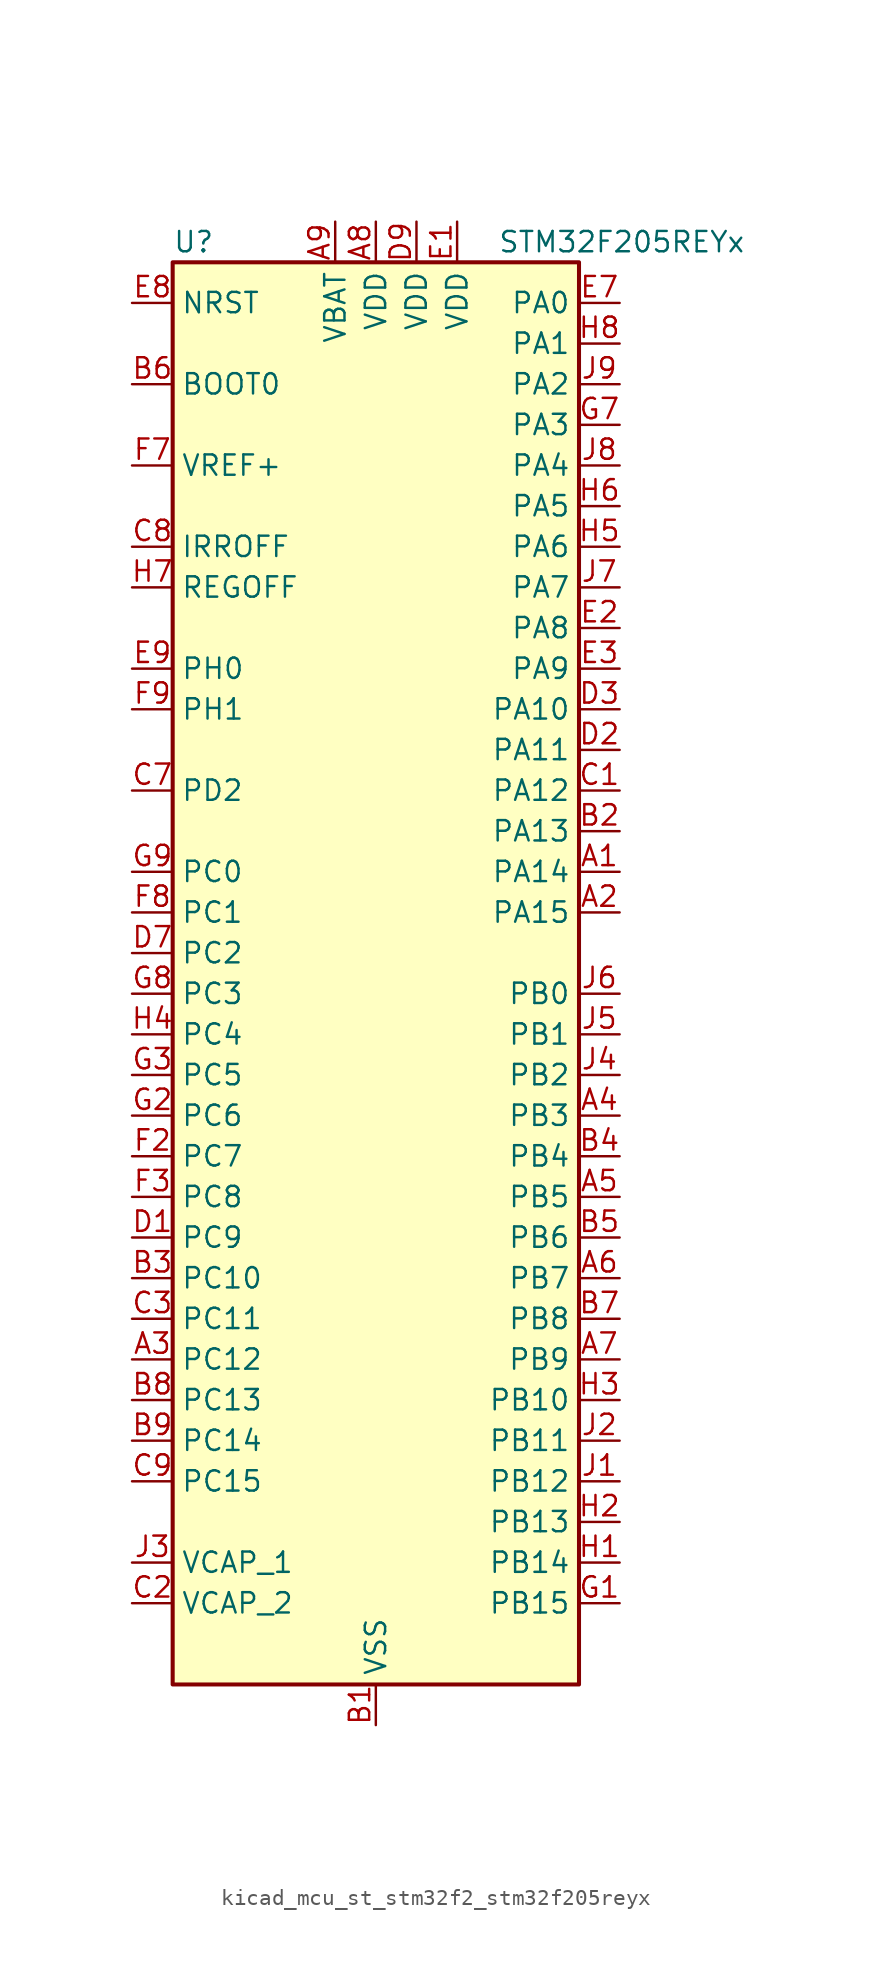
<source format=kicad_sym>
(kicad_symbol_lib
  (version 20220914)
  (generator kicad_symbol_editor)
  (symbol "kicad_mcu_st_stm32f2_stm32f205reyx"
    (property "Reference" "U"
      (at -12.7 46.99 0)
      (effects (font (size 1.27 1.27)) (justify left)))
    (property "Value" "STM32F205REYx"
      (at 7.62 46.99 0)
      (effects (font (size 1.27 1.27)) (justify left)))
    (property "ki_locked" ""
      (at 0 0 0)
      (effects (font (size 1.27 1.27))))
    (symbol "kicad_mcu_st_stm32f2_stm32f205reyx_0_1"
      (rectangle (start -12.7 -43.18) (end 12.7 45.72) (stroke (width 0.254) (type default)) (fill (type background))))
    (symbol "kicad_mcu_st_stm32f2_stm32f205reyx_1_1"
      (pin bidirectional line (at 15.24 7.62 180) (length 2.54) (name "PA14" (effects (font (size 1.27 1.27)))) (number "A1" (effects (font (size 1.27 1.27)))) (alternate "SYS_JTCK-SWCLK" bidirectional line))
      (pin bidirectional line (at 15.24 5.08 180) (length 2.54) (name "PA15" (effects (font (size 1.27 1.27)))) (number "A2" (effects (font (size 1.27 1.27)))) (alternate "ADC1_EXTI15" bidirectional line) (alternate "ADC2_EXTI15" bidirectional line) (alternate "ADC3_EXTI15" bidirectional line) (alternate "I2S3_WS" bidirectional line) (alternate "SPI1_NSS" bidirectional line) (alternate "SPI3_NSS" bidirectional line) (alternate "SYS_JTDI" bidirectional line) (alternate "TIM2_CH1" bidirectional line) (alternate "TIM2_ETR" bidirectional line))
      (pin bidirectional line (at -15.24 -22.86 0) (length 2.54) (name "PC12" (effects (font (size 1.27 1.27)))) (number "A3" (effects (font (size 1.27 1.27)))) (alternate "I2S3_SD" bidirectional line) (alternate "SDIO_CK" bidirectional line) (alternate "SPI3_MOSI" bidirectional line) (alternate "UART5_TX" bidirectional line) (alternate "USART3_CK" bidirectional line))
      (pin bidirectional line (at 15.24 -7.62 180) (length 2.54) (name "PB3" (effects (font (size 1.27 1.27)))) (number "A4" (effects (font (size 1.27 1.27)))) (alternate "I2S3_SCK" bidirectional line) (alternate "SPI1_SCK" bidirectional line) (alternate "SPI3_SCK" bidirectional line) (alternate "SYS_JTDO-SWO" bidirectional line) (alternate "TIM2_CH2" bidirectional line))
      (pin bidirectional line (at 15.24 -12.7 180) (length 2.54) (name "PB5" (effects (font (size 1.27 1.27)))) (number "A5" (effects (font (size 1.27 1.27)))) (alternate "CAN2_RX" bidirectional line) (alternate "I2C1_SMBA" bidirectional line) (alternate "I2S3_SD" bidirectional line) (alternate "SPI1_MOSI" bidirectional line) (alternate "SPI3_MOSI" bidirectional line) (alternate "TIM3_CH2" bidirectional line) (alternate "USB_OTG_HS_ULPI_D7" bidirectional line))
      (pin bidirectional line (at 15.24 -17.78 180) (length 2.54) (name "PB7" (effects (font (size 1.27 1.27)))) (number "A6" (effects (font (size 1.27 1.27)))) (alternate "I2C1_SDA" bidirectional line) (alternate "TIM4_CH2" bidirectional line) (alternate "USART1_RX" bidirectional line))
      (pin bidirectional line (at 15.24 -22.86 180) (length 2.54) (name "PB9" (effects (font (size 1.27 1.27)))) (number "A7" (effects (font (size 1.27 1.27)))) (alternate "CAN1_TX" bidirectional line) (alternate "DAC_EXTI9" bidirectional line) (alternate "I2C1_SDA" bidirectional line) (alternate "I2S2_WS" bidirectional line) (alternate "SDIO_D5" bidirectional line) (alternate "SPI2_NSS" bidirectional line) (alternate "TIM11_CH1" bidirectional line) (alternate "TIM4_CH4" bidirectional line))
      (pin power_in line (at 0 48.26 270) (length 2.54) (name "VDD" (effects (font (size 1.27 1.27)))) (number "A8" (effects (font (size 1.27 1.27)))))
      (pin power_in line (at -2.54 48.26 270) (length 2.54) (name "VBAT" (effects (font (size 1.27 1.27)))) (number "A9" (effects (font (size 1.27 1.27)))))
      (pin power_in line (at 0 -45.72 90) (length 2.54) (name "VSS" (effects (font (size 1.27 1.27)))) (number "B1" (effects (font (size 1.27 1.27)))))
      (pin bidirectional line (at 15.24 10.16 180) (length 2.54) (name "PA13" (effects (font (size 1.27 1.27)))) (number "B2" (effects (font (size 1.27 1.27)))) (alternate "SYS_JTMS-SWDIO" bidirectional line))
      (pin bidirectional line (at -15.24 -17.78 0) (length 2.54) (name "PC10" (effects (font (size 1.27 1.27)))) (number "B3" (effects (font (size 1.27 1.27)))) (alternate "I2S3_SCK" bidirectional line) (alternate "SDIO_D2" bidirectional line) (alternate "SPI3_SCK" bidirectional line) (alternate "UART4_TX" bidirectional line) (alternate "USART3_TX" bidirectional line))
      (pin bidirectional line (at 15.24 -10.16 180) (length 2.54) (name "PB4" (effects (font (size 1.27 1.27)))) (number "B4" (effects (font (size 1.27 1.27)))) (alternate "SPI1_MISO" bidirectional line) (alternate "SPI3_MISO" bidirectional line) (alternate "SYS_JTRST" bidirectional line) (alternate "TIM3_CH1" bidirectional line))
      (pin bidirectional line (at 15.24 -15.24 180) (length 2.54) (name "PB6" (effects (font (size 1.27 1.27)))) (number "B5" (effects (font (size 1.27 1.27)))) (alternate "CAN2_TX" bidirectional line) (alternate "I2C1_SCL" bidirectional line) (alternate "TIM4_CH1" bidirectional line) (alternate "USART1_TX" bidirectional line))
      (pin input line (at -15.24 38.1 0) (length 2.54) (name "BOOT0" (effects (font (size 1.27 1.27)))) (number "B6" (effects (font (size 1.27 1.27)))))
      (pin bidirectional line (at 15.24 -20.32 180) (length 2.54) (name "PB8" (effects (font (size 1.27 1.27)))) (number "B7" (effects (font (size 1.27 1.27)))) (alternate "CAN1_RX" bidirectional line) (alternate "I2C1_SCL" bidirectional line) (alternate "SDIO_D4" bidirectional line) (alternate "TIM10_CH1" bidirectional line) (alternate "TIM4_CH3" bidirectional line))
      (pin bidirectional line (at -15.24 -25.4 0) (length 2.54) (name "PC13" (effects (font (size 1.27 1.27)))) (number "B8" (effects (font (size 1.27 1.27)))) (alternate "RTC_AF1" bidirectional line))
      (pin bidirectional line (at -15.24 -27.94 0) (length 2.54) (name "PC14" (effects (font (size 1.27 1.27)))) (number "B9" (effects (font (size 1.27 1.27)))) (alternate "RCC_OSC32_IN" bidirectional line))
      (pin bidirectional line (at 15.24 12.7 180) (length 2.54) (name "PA12" (effects (font (size 1.27 1.27)))) (number "C1" (effects (font (size 1.27 1.27)))) (alternate "CAN1_TX" bidirectional line) (alternate "TIM1_ETR" bidirectional line) (alternate "USART1_RTS" bidirectional line) (alternate "USB_OTG_FS_DP" bidirectional line))
      (pin power_out line (at -15.24 -38.1 0) (length 2.54) (name "VCAP_2" (effects (font (size 1.27 1.27)))) (number "C2" (effects (font (size 1.27 1.27)))))
      (pin bidirectional line (at -15.24 -20.32 0) (length 2.54) (name "PC11" (effects (font (size 1.27 1.27)))) (number "C3" (effects (font (size 1.27 1.27)))) (alternate "ADC1_EXTI11" bidirectional line) (alternate "ADC2_EXTI11" bidirectional line) (alternate "ADC3_EXTI11" bidirectional line) (alternate "SDIO_D3" bidirectional line) (alternate "SPI3_MISO" bidirectional line) (alternate "UART4_RX" bidirectional line) (alternate "USART3_RX" bidirectional line))
      (pin bidirectional line (at -15.24 12.7 0) (length 2.54) (name "PD2" (effects (font (size 1.27 1.27)))) (number "C7" (effects (font (size 1.27 1.27)))) (alternate "SDIO_CMD" bidirectional line) (alternate "TIM3_ETR" bidirectional line) (alternate "UART5_RX" bidirectional line))
      (pin input line (at -15.24 27.94 0) (length 2.54) (name "IRROFF" (effects (font (size 1.27 1.27)))) (number "C8" (effects (font (size 1.27 1.27)))))
      (pin bidirectional line (at -15.24 -30.48 0) (length 2.54) (name "PC15" (effects (font (size 1.27 1.27)))) (number "C9" (effects (font (size 1.27 1.27)))) (alternate "ADC1_EXTI15" bidirectional line) (alternate "ADC2_EXTI15" bidirectional line) (alternate "ADC3_EXTI15" bidirectional line) (alternate "RCC_OSC32_OUT" bidirectional line))
      (pin bidirectional line (at -15.24 -15.24 0) (length 2.54) (name "PC9" (effects (font (size 1.27 1.27)))) (number "D1" (effects (font (size 1.27 1.27)))) (alternate "DAC_EXTI9" bidirectional line) (alternate "I2C3_SDA" bidirectional line) (alternate "I2S_CKIN" bidirectional line) (alternate "RCC_MCO_2" bidirectional line) (alternate "SDIO_D1" bidirectional line) (alternate "TIM3_CH4" bidirectional line) (alternate "TIM8_CH4" bidirectional line))
      (pin bidirectional line (at 15.24 15.24 180) (length 2.54) (name "PA11" (effects (font (size 1.27 1.27)))) (number "D2" (effects (font (size 1.27 1.27)))) (alternate "ADC1_EXTI11" bidirectional line) (alternate "ADC2_EXTI11" bidirectional line) (alternate "ADC3_EXTI11" bidirectional line) (alternate "CAN1_RX" bidirectional line) (alternate "TIM1_CH4" bidirectional line) (alternate "USART1_CTS" bidirectional line) (alternate "USB_OTG_FS_DM" bidirectional line))
      (pin bidirectional line (at 15.24 17.78 180) (length 2.54) (name "PA10" (effects (font (size 1.27 1.27)))) (number "D3" (effects (font (size 1.27 1.27)))) (alternate "TIM1_CH3" bidirectional line) (alternate "USART1_RX" bidirectional line) (alternate "USB_OTG_FS_ID" bidirectional line))
      (pin bidirectional line (at -15.24 2.54 0) (length 2.54) (name "PC2" (effects (font (size 1.27 1.27)))) (number "D7" (effects (font (size 1.27 1.27)))) (alternate "ADC1_IN12" bidirectional line) (alternate "ADC2_IN12" bidirectional line) (alternate "ADC3_IN12" bidirectional line) (alternate "SPI2_MISO" bidirectional line) (alternate "USB_OTG_HS_ULPI_DIR" bidirectional line))
      (pin passive line (at 0 -45.72 90) (length 2.54) hide (name "VSS" (effects (font (size 1.27 1.27)))) (number "D8" (effects (font (size 1.27 1.27)))))
      (pin power_in line (at 2.54 48.26 270) (length 2.54) (name "VDD" (effects (font (size 1.27 1.27)))) (number "D9" (effects (font (size 1.27 1.27)))))
      (pin power_in line (at 5.08 48.26 270) (length 2.54) (name "VDD" (effects (font (size 1.27 1.27)))) (number "E1" (effects (font (size 1.27 1.27)))))
      (pin bidirectional line (at 15.24 22.86 180) (length 2.54) (name "PA8" (effects (font (size 1.27 1.27)))) (number "E2" (effects (font (size 1.27 1.27)))) (alternate "I2C3_SCL" bidirectional line) (alternate "RCC_MCO_1" bidirectional line) (alternate "TIM1_CH1" bidirectional line) (alternate "USART1_CK" bidirectional line) (alternate "USB_OTG_FS_SOF" bidirectional line))
      (pin bidirectional line (at 15.24 20.32 180) (length 2.54) (name "PA9" (effects (font (size 1.27 1.27)))) (number "E3" (effects (font (size 1.27 1.27)))) (alternate "DAC_EXTI9" bidirectional line) (alternate "I2C3_SMBA" bidirectional line) (alternate "TIM1_CH2" bidirectional line) (alternate "USART1_TX" bidirectional line) (alternate "USB_OTG_FS_VBUS" bidirectional line))
      (pin bidirectional line (at 15.24 43.18 180) (length 2.54) (name "PA0" (effects (font (size 1.27 1.27)))) (number "E7" (effects (font (size 1.27 1.27)))) (alternate "ADC1_IN0" bidirectional line) (alternate "ADC2_IN0" bidirectional line) (alternate "ADC3_IN0" bidirectional line) (alternate "SYS_WKUP" bidirectional line) (alternate "TIM2_CH1" bidirectional line) (alternate "TIM2_ETR" bidirectional line) (alternate "TIM5_CH1" bidirectional line) (alternate "TIM8_ETR" bidirectional line) (alternate "UART4_TX" bidirectional line) (alternate "USART2_CTS" bidirectional line))
      (pin input line (at -15.24 43.18 0) (length 2.54) (name "NRST" (effects (font (size 1.27 1.27)))) (number "E8" (effects (font (size 1.27 1.27)))))
      (pin bidirectional line (at -15.24 20.32 0) (length 2.54) (name "PH0" (effects (font (size 1.27 1.27)))) (number "E9" (effects (font (size 1.27 1.27)))) (alternate "RCC_OSC_IN" bidirectional line))
      (pin passive line (at 0 -45.72 90) (length 2.54) hide (name "VSS" (effects (font (size 1.27 1.27)))) (number "F1" (effects (font (size 1.27 1.27)))))
      (pin bidirectional line (at -15.24 -10.16 0) (length 2.54) (name "PC7" (effects (font (size 1.27 1.27)))) (number "F2" (effects (font (size 1.27 1.27)))) (alternate "I2S3_MCK" bidirectional line) (alternate "SDIO_D7" bidirectional line) (alternate "TIM3_CH2" bidirectional line) (alternate "TIM8_CH2" bidirectional line) (alternate "USART6_RX" bidirectional line))
      (pin bidirectional line (at -15.24 -12.7 0) (length 2.54) (name "PC8" (effects (font (size 1.27 1.27)))) (number "F3" (effects (font (size 1.27 1.27)))) (alternate "SDIO_D0" bidirectional line) (alternate "TIM3_CH3" bidirectional line) (alternate "TIM8_CH3" bidirectional line) (alternate "USART6_CK" bidirectional line))
      (pin input line (at -15.24 33.02 0) (length 2.54) (name "VREF+" (effects (font (size 1.27 1.27)))) (number "F7" (effects (font (size 1.27 1.27)))))
      (pin bidirectional line (at -15.24 5.08 0) (length 2.54) (name "PC1" (effects (font (size 1.27 1.27)))) (number "F8" (effects (font (size 1.27 1.27)))) (alternate "ADC1_IN11" bidirectional line) (alternate "ADC2_IN11" bidirectional line) (alternate "ADC3_IN11" bidirectional line))
      (pin bidirectional line (at -15.24 17.78 0) (length 2.54) (name "PH1" (effects (font (size 1.27 1.27)))) (number "F9" (effects (font (size 1.27 1.27)))) (alternate "RCC_OSC_OUT" bidirectional line))
      (pin bidirectional line (at 15.24 -38.1 180) (length 2.54) (name "PB15" (effects (font (size 1.27 1.27)))) (number "G1" (effects (font (size 1.27 1.27)))) (alternate "ADC1_EXTI15" bidirectional line) (alternate "ADC2_EXTI15" bidirectional line) (alternate "ADC3_EXTI15" bidirectional line) (alternate "I2S2_SD" bidirectional line) (alternate "RTC_REFIN" bidirectional line) (alternate "SPI2_MOSI" bidirectional line) (alternate "TIM12_CH2" bidirectional line) (alternate "TIM1_CH3N" bidirectional line) (alternate "TIM8_CH3N" bidirectional line) (alternate "USB_OTG_HS_DP" bidirectional line))
      (pin bidirectional line (at -15.24 -7.62 0) (length 2.54) (name "PC6" (effects (font (size 1.27 1.27)))) (number "G2" (effects (font (size 1.27 1.27)))) (alternate "I2S2_MCK" bidirectional line) (alternate "SDIO_D6" bidirectional line) (alternate "TIM3_CH1" bidirectional line) (alternate "TIM8_CH1" bidirectional line) (alternate "USART6_TX" bidirectional line))
      (pin bidirectional line (at -15.24 -5.08 0) (length 2.54) (name "PC5" (effects (font (size 1.27 1.27)))) (number "G3" (effects (font (size 1.27 1.27)))) (alternate "ADC1_IN15" bidirectional line) (alternate "ADC2_IN15" bidirectional line))
      (pin bidirectional line (at 15.24 35.56 180) (length 2.54) (name "PA3" (effects (font (size 1.27 1.27)))) (number "G7" (effects (font (size 1.27 1.27)))) (alternate "ADC1_IN3" bidirectional line) (alternate "ADC2_IN3" bidirectional line) (alternate "ADC3_IN3" bidirectional line) (alternate "TIM2_CH4" bidirectional line) (alternate "TIM5_CH4" bidirectional line) (alternate "TIM9_CH2" bidirectional line) (alternate "USART2_RX" bidirectional line) (alternate "USB_OTG_HS_ULPI_D0" bidirectional line))
      (pin bidirectional line (at -15.24 0 0) (length 2.54) (name "PC3" (effects (font (size 1.27 1.27)))) (number "G8" (effects (font (size 1.27 1.27)))) (alternate "ADC1_IN13" bidirectional line) (alternate "ADC2_IN13" bidirectional line) (alternate "ADC3_IN13" bidirectional line) (alternate "I2S2_SD" bidirectional line) (alternate "SPI2_MOSI" bidirectional line) (alternate "USB_OTG_HS_ULPI_NXT" bidirectional line))
      (pin bidirectional line (at -15.24 7.62 0) (length 2.54) (name "PC0" (effects (font (size 1.27 1.27)))) (number "G9" (effects (font (size 1.27 1.27)))) (alternate "ADC1_IN10" bidirectional line) (alternate "ADC2_IN10" bidirectional line) (alternate "ADC3_IN10" bidirectional line) (alternate "USB_OTG_HS_ULPI_STP" bidirectional line))
      (pin bidirectional line (at 15.24 -35.56 180) (length 2.54) (name "PB14" (effects (font (size 1.27 1.27)))) (number "H1" (effects (font (size 1.27 1.27)))) (alternate "SPI2_MISO" bidirectional line) (alternate "TIM12_CH1" bidirectional line) (alternate "TIM1_CH2N" bidirectional line) (alternate "TIM8_CH2N" bidirectional line) (alternate "USART3_RTS" bidirectional line) (alternate "USB_OTG_HS_DM" bidirectional line))
      (pin bidirectional line (at 15.24 -33.02 180) (length 2.54) (name "PB13" (effects (font (size 1.27 1.27)))) (number "H2" (effects (font (size 1.27 1.27)))) (alternate "CAN2_TX" bidirectional line) (alternate "I2S2_SCK" bidirectional line) (alternate "SPI2_SCK" bidirectional line) (alternate "TIM1_CH1N" bidirectional line) (alternate "USART3_CTS" bidirectional line) (alternate "USB_OTG_HS_ULPI_D6" bidirectional line) (alternate "USB_OTG_HS_VBUS" bidirectional line))
      (pin bidirectional line (at 15.24 -25.4 180) (length 2.54) (name "PB10" (effects (font (size 1.27 1.27)))) (number "H3" (effects (font (size 1.27 1.27)))) (alternate "I2C2_SCL" bidirectional line) (alternate "I2S2_SCK" bidirectional line) (alternate "SPI2_SCK" bidirectional line) (alternate "TIM2_CH3" bidirectional line) (alternate "USART3_TX" bidirectional line) (alternate "USB_OTG_HS_ULPI_D3" bidirectional line))
      (pin bidirectional line (at -15.24 -2.54 0) (length 2.54) (name "PC4" (effects (font (size 1.27 1.27)))) (number "H4" (effects (font (size 1.27 1.27)))) (alternate "ADC1_IN14" bidirectional line) (alternate "ADC2_IN14" bidirectional line))
      (pin bidirectional line (at 15.24 27.94 180) (length 2.54) (name "PA6" (effects (font (size 1.27 1.27)))) (number "H5" (effects (font (size 1.27 1.27)))) (alternate "ADC1_IN6" bidirectional line) (alternate "ADC2_IN6" bidirectional line) (alternate "SPI1_MISO" bidirectional line) (alternate "TIM13_CH1" bidirectional line) (alternate "TIM1_BKIN" bidirectional line) (alternate "TIM3_CH1" bidirectional line) (alternate "TIM8_BKIN" bidirectional line))
      (pin bidirectional line (at 15.24 30.48 180) (length 2.54) (name "PA5" (effects (font (size 1.27 1.27)))) (number "H6" (effects (font (size 1.27 1.27)))) (alternate "ADC1_IN5" bidirectional line) (alternate "ADC2_IN5" bidirectional line) (alternate "DAC_OUT2" bidirectional line) (alternate "SPI1_SCK" bidirectional line) (alternate "TIM2_CH1" bidirectional line) (alternate "TIM2_ETR" bidirectional line) (alternate "TIM8_CH1N" bidirectional line) (alternate "USB_OTG_HS_ULPI_CK" bidirectional line))
      (pin input line (at -15.24 25.4 0) (length 2.54) (name "REGOFF" (effects (font (size 1.27 1.27)))) (number "H7" (effects (font (size 1.27 1.27)))))
      (pin bidirectional line (at 15.24 40.64 180) (length 2.54) (name "PA1" (effects (font (size 1.27 1.27)))) (number "H8" (effects (font (size 1.27 1.27)))) (alternate "ADC1_IN1" bidirectional line) (alternate "ADC2_IN1" bidirectional line) (alternate "ADC3_IN1" bidirectional line) (alternate "TIM2_CH2" bidirectional line) (alternate "TIM5_CH2" bidirectional line) (alternate "UART4_RX" bidirectional line) (alternate "USART2_RTS" bidirectional line))
      (pin passive line (at 0 -45.72 90) (length 2.54) hide (name "VSS" (effects (font (size 1.27 1.27)))) (number "H9" (effects (font (size 1.27 1.27)))))
      (pin bidirectional line (at 15.24 -30.48 180) (length 2.54) (name "PB12" (effects (font (size 1.27 1.27)))) (number "J1" (effects (font (size 1.27 1.27)))) (alternate "CAN2_RX" bidirectional line) (alternate "I2C2_SMBA" bidirectional line) (alternate "I2S2_WS" bidirectional line) (alternate "SPI2_NSS" bidirectional line) (alternate "TIM1_BKIN" bidirectional line) (alternate "USART3_CK" bidirectional line) (alternate "USB_OTG_HS_ID" bidirectional line) (alternate "USB_OTG_HS_ULPI_D5" bidirectional line))
      (pin bidirectional line (at 15.24 -27.94 180) (length 2.54) (name "PB11" (effects (font (size 1.27 1.27)))) (number "J2" (effects (font (size 1.27 1.27)))) (alternate "ADC1_EXTI11" bidirectional line) (alternate "ADC2_EXTI11" bidirectional line) (alternate "ADC3_EXTI11" bidirectional line) (alternate "I2C2_SDA" bidirectional line) (alternate "TIM2_CH4" bidirectional line) (alternate "USART3_RX" bidirectional line) (alternate "USB_OTG_HS_ULPI_D4" bidirectional line))
      (pin power_out line (at -15.24 -35.56 0) (length 2.54) (name "VCAP_1" (effects (font (size 1.27 1.27)))) (number "J3" (effects (font (size 1.27 1.27)))))
      (pin bidirectional line (at 15.24 -5.08 180) (length 2.54) (name "PB2" (effects (font (size 1.27 1.27)))) (number "J4" (effects (font (size 1.27 1.27)))))
      (pin bidirectional line (at 15.24 -2.54 180) (length 2.54) (name "PB1" (effects (font (size 1.27 1.27)))) (number "J5" (effects (font (size 1.27 1.27)))) (alternate "ADC1_IN9" bidirectional line) (alternate "ADC2_IN9" bidirectional line) (alternate "TIM1_CH3N" bidirectional line) (alternate "TIM3_CH4" bidirectional line) (alternate "TIM8_CH3N" bidirectional line) (alternate "USB_OTG_HS_ULPI_D2" bidirectional line))
      (pin bidirectional line (at 15.24 0 180) (length 2.54) (name "PB0" (effects (font (size 1.27 1.27)))) (number "J6" (effects (font (size 1.27 1.27)))) (alternate "ADC1_IN8" bidirectional line) (alternate "ADC2_IN8" bidirectional line) (alternate "TIM1_CH2N" bidirectional line) (alternate "TIM3_CH3" bidirectional line) (alternate "TIM8_CH2N" bidirectional line) (alternate "USB_OTG_HS_ULPI_D1" bidirectional line))
      (pin bidirectional line (at 15.24 25.4 180) (length 2.54) (name "PA7" (effects (font (size 1.27 1.27)))) (number "J7" (effects (font (size 1.27 1.27)))) (alternate "ADC1_IN7" bidirectional line) (alternate "ADC2_IN7" bidirectional line) (alternate "SPI1_MOSI" bidirectional line) (alternate "TIM14_CH1" bidirectional line) (alternate "TIM1_CH1N" bidirectional line) (alternate "TIM3_CH2" bidirectional line) (alternate "TIM8_CH1N" bidirectional line))
      (pin bidirectional line (at 15.24 33.02 180) (length 2.54) (name "PA4" (effects (font (size 1.27 1.27)))) (number "J8" (effects (font (size 1.27 1.27)))) (alternate "ADC1_IN4" bidirectional line) (alternate "ADC2_IN4" bidirectional line) (alternate "DAC_OUT1" bidirectional line) (alternate "I2S3_WS" bidirectional line) (alternate "SPI1_NSS" bidirectional line) (alternate "SPI3_NSS" bidirectional line) (alternate "USART2_CK" bidirectional line) (alternate "USB_OTG_HS_SOF" bidirectional line))
      (pin bidirectional line (at 15.24 38.1 180) (length 2.54) (name "PA2" (effects (font (size 1.27 1.27)))) (number "J9" (effects (font (size 1.27 1.27)))) (alternate "ADC1_IN2" bidirectional line) (alternate "ADC2_IN2" bidirectional line) (alternate "ADC3_IN2" bidirectional line) (alternate "TIM2_CH3" bidirectional line) (alternate "TIM5_CH3" bidirectional line) (alternate "TIM9_CH1" bidirectional line) (alternate "USART2_TX" bidirectional line)))))
</source>
